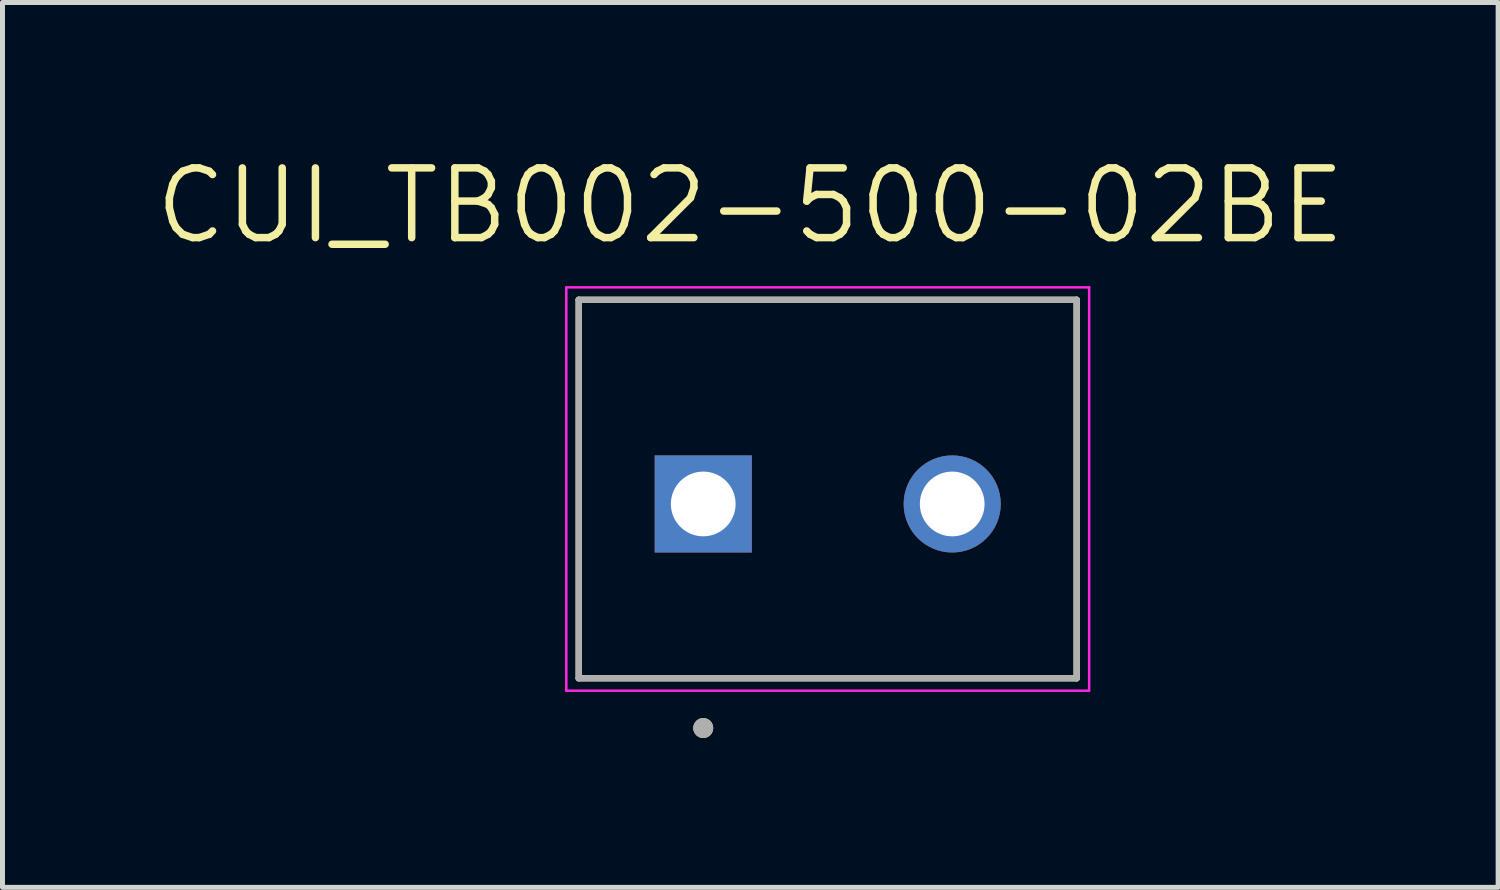
<source format=kicad_pcb>
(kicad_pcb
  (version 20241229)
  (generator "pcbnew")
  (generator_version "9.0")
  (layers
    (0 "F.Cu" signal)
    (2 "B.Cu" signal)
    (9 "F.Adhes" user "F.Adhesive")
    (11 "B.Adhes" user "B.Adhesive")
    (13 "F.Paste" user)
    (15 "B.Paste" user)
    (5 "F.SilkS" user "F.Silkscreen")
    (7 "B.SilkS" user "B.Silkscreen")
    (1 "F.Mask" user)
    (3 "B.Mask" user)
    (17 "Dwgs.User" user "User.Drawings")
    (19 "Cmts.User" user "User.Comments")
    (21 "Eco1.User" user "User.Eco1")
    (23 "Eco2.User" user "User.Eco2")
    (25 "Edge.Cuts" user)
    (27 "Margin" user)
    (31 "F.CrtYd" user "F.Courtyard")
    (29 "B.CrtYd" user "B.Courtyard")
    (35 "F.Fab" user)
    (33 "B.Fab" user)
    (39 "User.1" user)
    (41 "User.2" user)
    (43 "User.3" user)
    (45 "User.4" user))
  (footprint "CUI_TB002-500-02BE"
    (layer "F.Cu")
    (at 11.073 7.071)
    (property "Reference" "CUI_TB002-500-02BE" (at 0.945 -5.989 0) (layer "F.SilkS") (effects (font (size 1.4 1.4) (thickness 0.15))))
    (attr through_hole)
    (fp_line (start -2.5 -4.1) (end 7.5 -4.1) (stroke (width 0.127) (type solid)) (layer "F.SilkS"))
    (fp_line (start -2.5 3.5) (end -2.5 -4.1) (stroke (width 0.127) (type solid)) (layer "F.SilkS"))
    (fp_line (start 7.5 -4.1) (end 7.5 3.5) (stroke (width 0.127) (type solid)) (layer "F.SilkS"))
    (fp_line (start 7.5 3.5) (end -2.5 3.5) (stroke (width 0.127) (type solid)) (layer "F.SilkS"))
    (fp_circle (center 0 4.5) (end 0.1 4.5) (stroke (width 0.2) (type solid)) (fill no) (layer "F.SilkS"))
    (fp_line (start -2.75 -4.35) (end 7.75 -4.35) (stroke (width 0.05) (type solid)) (layer "F.CrtYd"))
    (fp_line (start -2.75 3.75) (end -2.75 -4.35) (stroke (width 0.05) (type solid)) (layer "F.CrtYd"))
    (fp_line (start 7.75 -4.35) (end 7.75 3.75) (stroke (width 0.05) (type solid)) (layer "F.CrtYd"))
    (fp_line (start 7.75 3.75) (end -2.75 3.75) (stroke (width 0.05) (type solid)) (layer "F.CrtYd"))
    (fp_line (start -2.5 -4.1) (end 7.5 -4.1) (stroke (width 0.127) (type solid)) (layer "F.Fab"))
    (fp_line (start -2.5 3.5) (end -2.5 -4.1) (stroke (width 0.127) (type solid)) (layer "F.Fab"))
    (fp_line (start 7.5 -4.1) (end 7.5 3.5) (stroke (width 0.127) (type solid)) (layer "F.Fab"))
    (fp_line (start 7.5 3.5) (end -2.5 3.5) (stroke (width 0.127) (type solid)) (layer "F.Fab"))
    (fp_circle (center 0 4.5) (end 0.1 4.5) (stroke (width 0.2) (type solid)) (fill no) (layer "F.Fab"))
    (pad "1" thru_hole rect (at 0 0) (size 1.95 1.95) (drill 1.3) (layers "*.Cu" "*.Mask"))
    (pad "2" thru_hole circle (at 5 0) (size 1.95 1.95) (drill 1.3) (layers "*.Cu" "*.Mask")))
  (gr_rect
    (start -3 -3)
    (end 27.037 14.771)
    (stroke (width 0.1) (type default))
    (fill no)
    (layer "Edge.Cuts")))
</source>
